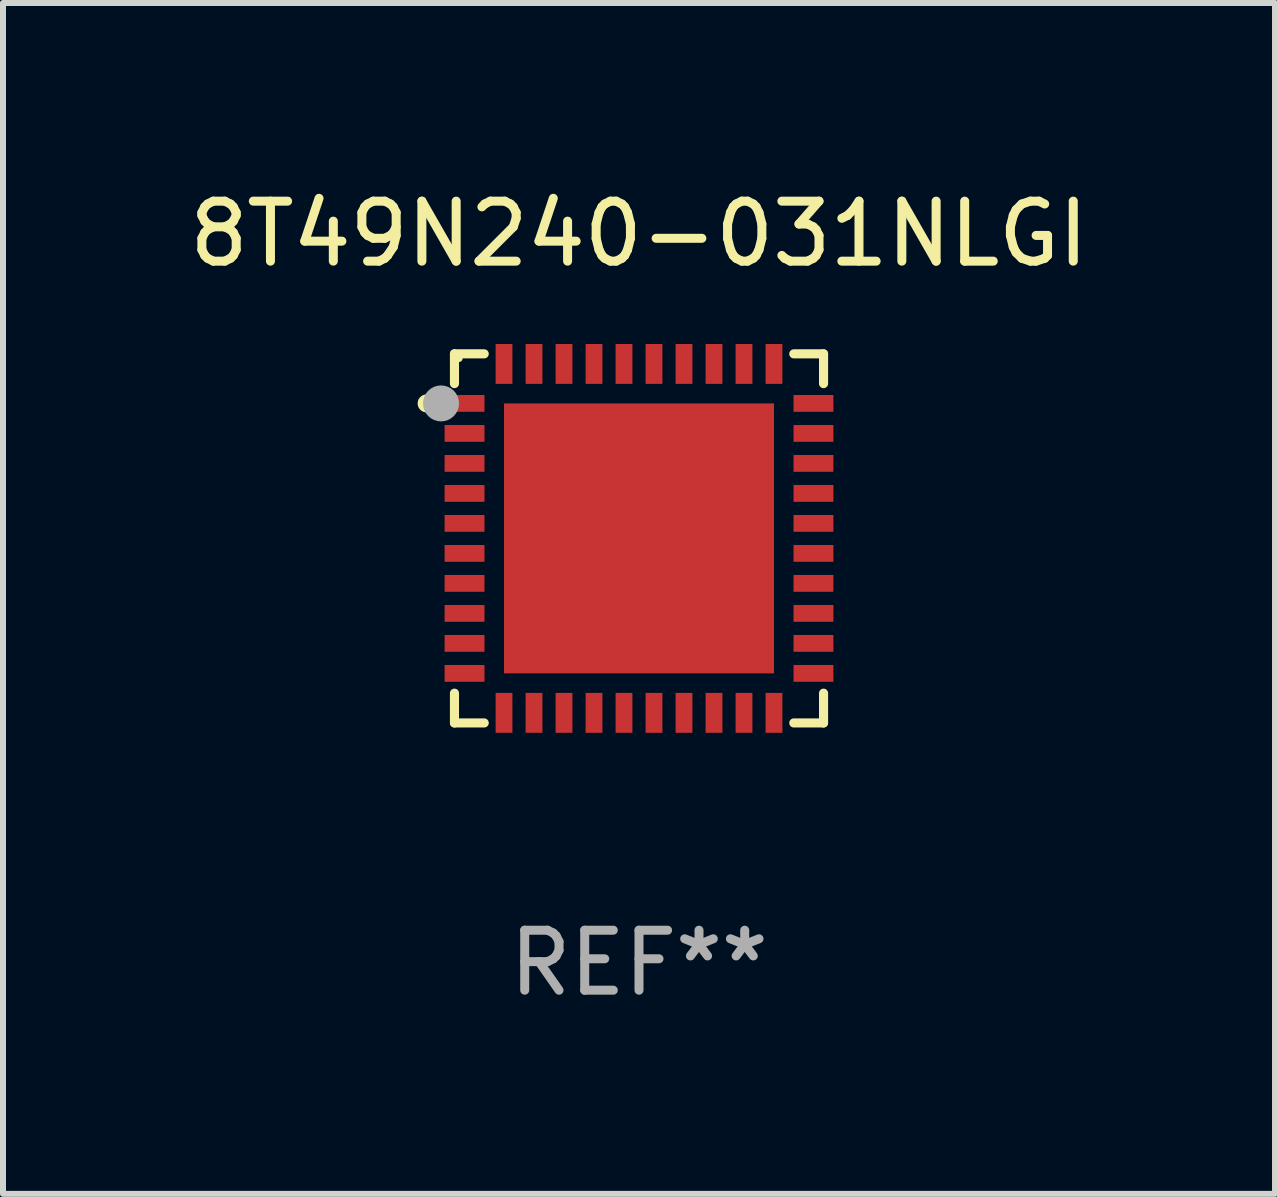
<source format=kicad_pcb>
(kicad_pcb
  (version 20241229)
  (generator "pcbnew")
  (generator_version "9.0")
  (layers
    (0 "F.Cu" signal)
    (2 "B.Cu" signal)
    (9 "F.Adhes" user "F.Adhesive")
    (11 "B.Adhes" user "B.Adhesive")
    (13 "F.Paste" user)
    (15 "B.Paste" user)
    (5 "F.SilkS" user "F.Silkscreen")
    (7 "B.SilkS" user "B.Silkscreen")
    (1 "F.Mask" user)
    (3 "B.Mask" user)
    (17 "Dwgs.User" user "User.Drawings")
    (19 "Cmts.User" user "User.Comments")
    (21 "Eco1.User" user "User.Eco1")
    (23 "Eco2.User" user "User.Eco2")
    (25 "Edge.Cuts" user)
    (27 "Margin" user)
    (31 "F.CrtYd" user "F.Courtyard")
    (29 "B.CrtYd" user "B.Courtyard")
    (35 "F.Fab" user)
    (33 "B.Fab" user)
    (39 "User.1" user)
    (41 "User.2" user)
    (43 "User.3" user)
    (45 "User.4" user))
  (footprint "8T49N240-031NLGI"
    (layer "F.Cu")
    (at 7.601 5.924)
    (property "Reference" "8T49N240-031NLGI" (at 0 -5.076 0) (layer "F.SilkS") (effects (font (size 1 1) (thickness 0.15))))
    (attr through_hole)
    (fp_line (start -3.076 -3.076) (end -3.076 -2.58) (stroke (width 0.152) (type solid)) (layer "F.SilkS"))
    (fp_line (start -3.076 3.076) (end -3.076 2.58) (stroke (width 0.152) (type solid)) (layer "F.SilkS"))
    (fp_line (start -2.58 -3.076) (end -3.076 -3.076) (stroke (width 0.152) (type solid)) (layer "F.SilkS"))
    (fp_line (start -2.58 3.076) (end -3.076 3.076) (stroke (width 0.152) (type solid)) (layer "F.SilkS"))
    (fp_line (start 2.58 -3.076) (end 3.076 -3.076) (stroke (width 0.152) (type solid)) (layer "F.SilkS"))
    (fp_line (start 2.58 3.076) (end 3.076 3.076) (stroke (width 0.152) (type solid)) (layer "F.SilkS"))
    (fp_line (start 3.076 -3.076) (end 3.076 -2.58) (stroke (width 0.152) (type solid)) (layer "F.SilkS"))
    (fp_line (start 3.076 3.076) (end 3.076 2.58) (stroke (width 0.152) (type solid)) (layer "F.SilkS"))
    (fp_circle (center -3.54 -2.25) (end -3.465 -2.25) (stroke (width 0.15) (type solid)) (fill no) (layer "F.SilkS"))
    (fp_circle (center -3 -3) (end -2.97 -3) (stroke (width 0.06) (type solid)) (fill no) (layer "F.SilkS"))
    (fp_circle (center -3.3 -2.25) (end -3.15 -2.25) (stroke (width 0.3) (type solid)) (fill no) (layer "F.Fab"))
    (fp_text user "REF**" (at 0 7.076 0) (layer "F.Fab") (effects (font (size 1 1) (thickness 0.15))))
    (pad "1" smd rect (at -2.908 -2.25) (size 0.665 0.28) (layers "F.Cu" "F.Mask" "F.Paste"))
    (pad "2" smd rect (at -2.908 -1.75) (size 0.665 0.28) (layers "F.Cu" "F.Mask" "F.Paste"))
    (pad "3" smd rect (at -2.908 -1.25) (size 0.665 0.28) (layers "F.Cu" "F.Mask" "F.Paste"))
    (pad "4" smd rect (at -2.908 -0.75) (size 0.665 0.28) (layers "F.Cu" "F.Mask" "F.Paste"))
    (pad "5" smd rect (at -2.908 -0.25) (size 0.665 0.28) (layers "F.Cu" "F.Mask" "F.Paste"))
    (pad "6" smd rect (at -2.908 0.25) (size 0.665 0.28) (layers "F.Cu" "F.Mask" "F.Paste"))
    (pad "7" smd rect (at -2.908 0.75) (size 0.665 0.28) (layers "F.Cu" "F.Mask" "F.Paste"))
    (pad "8" smd rect (at -2.908 1.25) (size 0.665 0.28) (layers "F.Cu" "F.Mask" "F.Paste"))
    (pad "9" smd rect (at -2.908 1.75) (size 0.665 0.28) (layers "F.Cu" "F.Mask" "F.Paste"))
    (pad "10" smd rect (at -2.908 2.25) (size 0.665 0.28) (layers "F.Cu" "F.Mask" "F.Paste"))
    (pad "11" smd rect (at -2.25 2.908) (size 0.28 0.665) (layers "F.Cu" "F.Mask" "F.Paste"))
    (pad "12" smd rect (at -1.75 2.908) (size 0.28 0.665) (layers "F.Cu" "F.Mask" "F.Paste"))
    (pad "13" smd rect (at -1.25 2.908) (size 0.28 0.665) (layers "F.Cu" "F.Mask" "F.Paste"))
    (pad "14" smd rect (at -0.75 2.908) (size 0.28 0.665) (layers "F.Cu" "F.Mask" "F.Paste"))
    (pad "15" smd rect (at -0.25 2.908) (size 0.28 0.665) (layers "F.Cu" "F.Mask" "F.Paste"))
    (pad "16" smd rect (at 0.25 2.908) (size 0.28 0.665) (layers "F.Cu" "F.Mask" "F.Paste"))
    (pad "17" smd rect (at 0.75 2.908) (size 0.28 0.665) (layers "F.Cu" "F.Mask" "F.Paste"))
    (pad "18" smd rect (at 1.25 2.908) (size 0.28 0.665) (layers "F.Cu" "F.Mask" "F.Paste"))
    (pad "19" smd rect (at 1.75 2.908) (size 0.28 0.665) (layers "F.Cu" "F.Mask" "F.Paste"))
    (pad "20" smd rect (at 2.25 2.908) (size 0.28 0.665) (layers "F.Cu" "F.Mask" "F.Paste"))
    (pad "21" smd rect (at 2.908 2.25) (size 0.665 0.28) (layers "F.Cu" "F.Mask" "F.Paste"))
    (pad "22" smd rect (at 2.908 1.75) (size 0.665 0.28) (layers "F.Cu" "F.Mask" "F.Paste"))
    (pad "23" smd rect (at 2.908 1.25) (size 0.665 0.28) (layers "F.Cu" "F.Mask" "F.Paste"))
    (pad "24" smd rect (at 2.908 0.75) (size 0.665 0.28) (layers "F.Cu" "F.Mask" "F.Paste"))
    (pad "25" smd rect (at 2.908 0.25) (size 0.665 0.28) (layers "F.Cu" "F.Mask" "F.Paste"))
    (pad "26" smd rect (at 2.908 -0.25) (size 0.665 0.28) (layers "F.Cu" "F.Mask" "F.Paste"))
    (pad "27" smd rect (at 2.908 -0.75) (size 0.665 0.28) (layers "F.Cu" "F.Mask" "F.Paste"))
    (pad "28" smd rect (at 2.908 -1.25) (size 0.665 0.28) (layers "F.Cu" "F.Mask" "F.Paste"))
    (pad "29" smd rect (at 2.908 -1.75) (size 0.665 0.28) (layers "F.Cu" "F.Mask" "F.Paste"))
    (pad "30" smd rect (at 2.908 -2.25) (size 0.665 0.28) (layers "F.Cu" "F.Mask" "F.Paste"))
    (pad "31" smd rect (at 2.25 -2.908) (size 0.28 0.665) (layers "F.Cu" "F.Mask" "F.Paste"))
    (pad "32" smd rect (at 1.75 -2.908) (size 0.28 0.665) (layers "F.Cu" "F.Mask" "F.Paste"))
    (pad "33" smd rect (at 1.25 -2.908) (size 0.28 0.665) (layers "F.Cu" "F.Mask" "F.Paste"))
    (pad "34" smd rect (at 0.75 -2.908) (size 0.28 0.665) (layers "F.Cu" "F.Mask" "F.Paste"))
    (pad "35" smd rect (at 0.25 -2.908) (size 0.28 0.665) (layers "F.Cu" "F.Mask" "F.Paste"))
    (pad "36" smd rect (at -0.25 -2.908) (size 0.28 0.665) (layers "F.Cu" "F.Mask" "F.Paste"))
    (pad "37" smd rect (at -0.75 -2.908) (size 0.28 0.665) (layers "F.Cu" "F.Mask" "F.Paste"))
    (pad "38" smd rect (at -1.25 -2.908) (size 0.28 0.665) (layers "F.Cu" "F.Mask" "F.Paste"))
    (pad "39" smd rect (at -1.75 -2.908) (size 0.28 0.665) (layers "F.Cu" "F.Mask" "F.Paste"))
    (pad "40" smd rect (at -2.25 -2.908) (size 0.28 0.665) (layers "F.Cu" "F.Mask" "F.Paste"))
    (pad "41" smd rect (at 0 0) (size 4.5 4.5) (layers "F.Cu" "F.Mask" "F.Paste")))
  (gr_rect
    (start -3 -3)
    (end 18.202 16.849)
    (stroke (width 0.1) (type default))
    (fill no)
    (layer "Edge.Cuts")))
</source>
